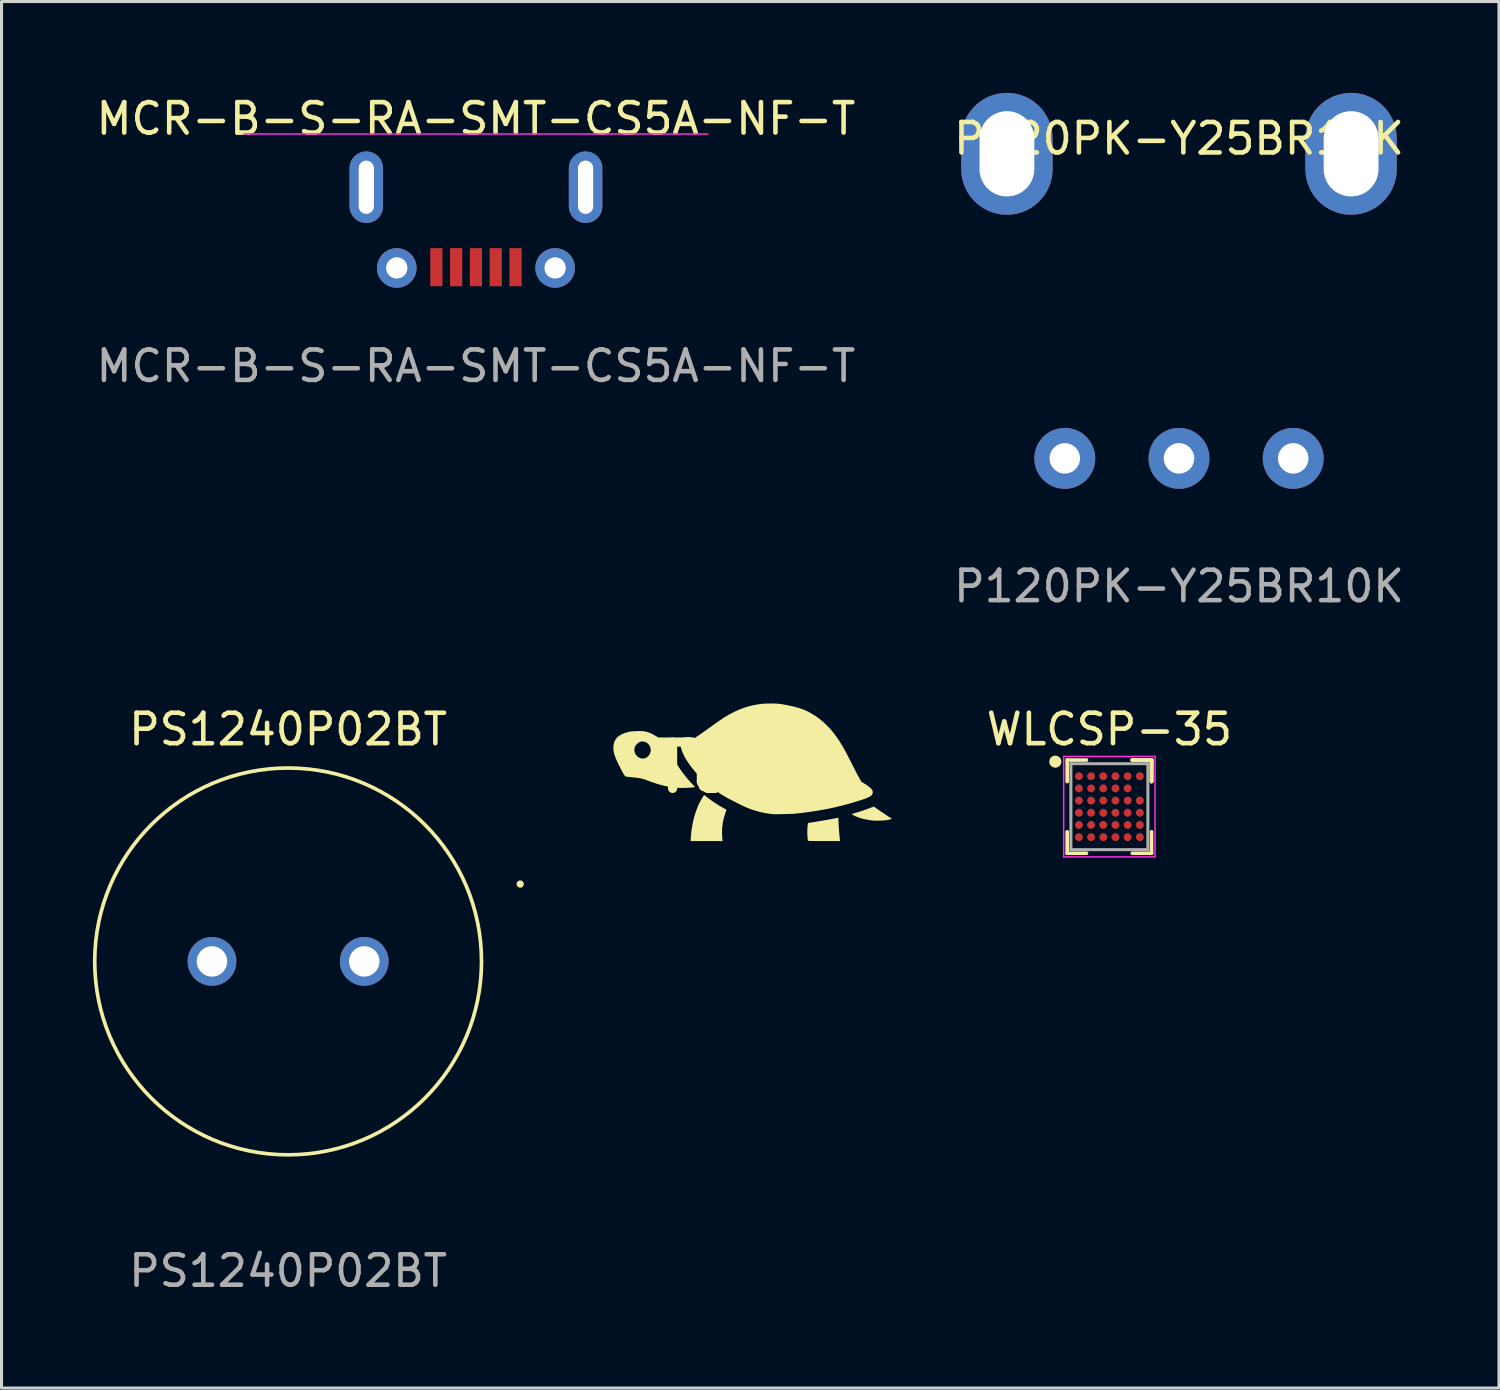
<source format=kicad_pcb>
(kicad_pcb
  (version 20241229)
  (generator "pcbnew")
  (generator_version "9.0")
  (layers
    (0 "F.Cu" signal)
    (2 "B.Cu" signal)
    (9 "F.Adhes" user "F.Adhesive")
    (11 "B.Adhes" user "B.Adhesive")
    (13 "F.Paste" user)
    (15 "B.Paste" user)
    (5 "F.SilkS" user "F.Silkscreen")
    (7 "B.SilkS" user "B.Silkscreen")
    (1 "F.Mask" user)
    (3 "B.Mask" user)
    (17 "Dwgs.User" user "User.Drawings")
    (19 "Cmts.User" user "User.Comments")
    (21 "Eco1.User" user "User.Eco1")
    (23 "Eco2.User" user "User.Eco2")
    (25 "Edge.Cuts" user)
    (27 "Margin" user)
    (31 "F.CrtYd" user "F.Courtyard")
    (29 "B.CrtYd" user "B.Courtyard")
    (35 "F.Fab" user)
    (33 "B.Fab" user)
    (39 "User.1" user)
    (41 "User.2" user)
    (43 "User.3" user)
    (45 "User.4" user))
  (footprint "WLCSP-35"
    (layer "F.Cu")
    (at 33.375 23.436)
    (property "Reference" "WLCSP-35" (at 0 -2.54 0) (layer "F.SilkS") (effects (font (size 1 1) (thickness 0.15))))
    (attr through_hole)
    (fp_poly (pts (xy 1.386 1.534) (xy -1.386 1.534) (xy -1.386 -1.532) (xy 1.386 -1.527)) (stroke (width 0.12) (type solid)) (fill yes) (layer "F.Mask"))
    (fp_line (start -1.385 -1.53) (end -1.385 -0.825) (stroke (width 0.12) (type solid)) (layer "F.SilkS"))
    (fp_line (start -1.385 1.53) (end -1.385 0.825) (stroke (width 0.12) (type solid)) (layer "F.SilkS"))
    (fp_line (start -0.752 -1.53) (end -1.385 -1.53) (stroke (width 0.12) (type solid)) (layer "F.SilkS"))
    (fp_line (start -0.752 1.53) (end -1.385 1.53) (stroke (width 0.12) (type solid)) (layer "F.SilkS"))
    (fp_line (start 0.752 -1.53) (end 1.385 -1.53) (stroke (width 0.12) (type solid)) (layer "F.SilkS"))
    (fp_line (start 0.752 -1.53) (end 1.385 -1.53) (stroke (width 0.12) (type solid)) (layer "F.SilkS"))
    (fp_line (start 0.752 -1.53) (end 1.385 -1.53) (stroke (width 0.12) (type solid)) (layer "F.SilkS"))
    (fp_line (start 0.752 1.53) (end 1.385 1.53) (stroke (width 0.12) (type solid)) (layer "F.SilkS"))
    (fp_line (start 1.385 -1.53) (end 1.385 -0.825) (stroke (width 0.12) (type solid)) (layer "F.SilkS"))
    (fp_line (start 1.385 -1.53) (end 1.385 -0.825) (stroke (width 0.12) (type solid)) (layer "F.SilkS"))
    (fp_line (start 1.385 -1.53) (end 1.385 -0.825) (stroke (width 0.12) (type solid)) (layer "F.SilkS"))
    (fp_line (start 1.385 1.53) (end 1.385 0.825) (stroke (width 0.12) (type solid)) (layer "F.SilkS"))
    (fp_circle (center -1.775 -1.478) (end -1.775 -1.378) (stroke (width 0.2) (type solid)) (fill no) (layer "F.SilkS"))
    (fp_line (start -1.5 -1.65) (end 1.5 -1.65) (stroke (width 0.05) (type solid)) (layer "F.CrtYd"))
    (fp_line (start -1.5 1.65) (end -1.5 -1.65) (stroke (width 0.05) (type solid)) (layer "F.CrtYd"))
    (fp_line (start 1.5 -1.65) (end 1.5 1.65) (stroke (width 0.05) (type solid)) (layer "F.CrtYd"))
    (fp_line (start 1.5 1.65) (end -1.5 1.65) (stroke (width 0.05) (type solid)) (layer "F.CrtYd"))
    (fp_line (start -1.264 -1.411) (end -1.264 1.411) (stroke (width 0.1) (type solid)) (layer "F.Fab"))
    (fp_line (start -1.264 1.411) (end 1.264 1.411) (stroke (width 0.1) (type solid)) (layer "F.Fab"))
    (fp_line (start 1.264 -1.411) (end -1.264 -1.411) (stroke (width 0.1) (type solid)) (layer "F.Fab"))
    (fp_line (start 1.264 1.411) (end 1.264 -1.411) (stroke (width 0.1) (type solid)) (layer "F.Fab"))
    (pad "A1" smd circle (at -1 -1) (size 0.26 0.26) (layers "F.Cu" "F.Mask" "F.Paste"))
    (pad "A2" smd circle (at -0.6 -1) (size 0.26 0.26) (layers "F.Cu" "F.Mask" "F.Paste"))
    (pad "A3" smd circle (at -0.2 -1) (size 0.26 0.26) (layers "F.Cu" "F.Mask" "F.Paste"))
    (pad "A4" smd circle (at 0.2 -1) (size 0.26 0.26) (layers "F.Cu" "F.Mask" "F.Paste"))
    (pad "A5" smd circle (at 0.6 -1) (size 0.26 0.26) (layers "F.Cu" "F.Mask" "F.Paste"))
    (pad "A6" smd circle (at 1 -1) (size 0.26 0.26) (layers "F.Cu" "F.Mask" "F.Paste"))
    (pad "B1" smd circle (at -1 -0.6) (size 0.26 0.26) (layers "F.Cu" "F.Mask" "F.Paste"))
    (pad "B2" smd circle (at -0.6 -0.6) (size 0.26 0.26) (layers "F.Cu" "F.Mask" "F.Paste"))
    (pad "B3" smd circle (at -0.2 -0.6) (size 0.26 0.26) (layers "F.Cu" "F.Mask" "F.Paste"))
    (pad "B4" smd circle (at 0.2 -0.6) (size 0.26 0.26) (layers "F.Cu" "F.Mask" "F.Paste"))
    (pad "B5" smd circle (at 0.6 -0.6) (size 0.26 0.26) (layers "F.Cu" "F.Mask" "F.Paste"))
    (pad "C1" smd circle (at -1 -0.2) (size 0.26 0.26) (layers "F.Cu" "F.Mask" "F.Paste"))
    (pad "C2" smd circle (at -0.6 -0.2) (size 0.26 0.26) (layers "F.Cu" "F.Mask" "F.Paste"))
    (pad "C3" smd circle (at -0.2 -0.2) (size 0.26 0.26) (layers "F.Cu" "F.Mask" "F.Paste"))
    (pad "C4" smd circle (at 0.2 -0.2) (size 0.26 0.26) (layers "F.Cu" "F.Mask" "F.Paste"))
    (pad "C5" smd circle (at 0.6 -0.2) (size 0.26 0.26) (layers "F.Cu" "F.Mask" "F.Paste"))
    (pad "C6" smd circle (at 1 -0.2) (size 0.26 0.26) (layers "F.Cu" "F.Mask" "F.Paste"))
    (pad "D1" smd circle (at -1 0.2) (size 0.26 0.26) (layers "F.Cu" "F.Mask" "F.Paste"))
    (pad "D2" smd circle (at -0.6 0.2) (size 0.26 0.26) (layers "F.Cu" "F.Mask" "F.Paste"))
    (pad "D3" smd circle (at -0.2 0.2) (size 0.26 0.26) (layers "F.Cu" "F.Mask" "F.Paste"))
    (pad "D4" smd circle (at 0.2 0.2) (size 0.26 0.26) (layers "F.Cu" "F.Mask" "F.Paste"))
    (pad "D5" smd circle (at 0.6 0.2) (size 0.26 0.26) (layers "F.Cu" "F.Mask" "F.Paste"))
    (pad "D6" smd circle (at 1 0.2) (size 0.26 0.26) (layers "F.Cu" "F.Mask" "F.Paste"))
    (pad "E1" smd circle (at -1 0.6) (size 0.26 0.26) (layers "F.Cu" "F.Mask" "F.Paste"))
    (pad "E2" smd circle (at -0.6 0.6) (size 0.26 0.26) (layers "F.Cu" "F.Mask" "F.Paste"))
    (pad "E3" smd circle (at -0.2 0.6) (size 0.26 0.26) (layers "F.Cu" "F.Mask" "F.Paste"))
    (pad "E4" smd circle (at 0.2 0.6) (size 0.26 0.26) (layers "F.Cu" "F.Mask" "F.Paste"))
    (pad "E5" smd circle (at 0.6 0.6) (size 0.26 0.26) (layers "F.Cu" "F.Mask" "F.Paste"))
    (pad "E6" smd circle (at 1 0.6) (size 0.26 0.26) (layers "F.Cu" "F.Mask" "F.Paste"))
    (pad "F1" smd circle (at -1 1) (size 0.26 0.26) (layers "F.Cu" "F.Mask" "F.Paste"))
    (pad "F2" smd circle (at -0.6 1) (size 0.26 0.26) (layers "F.Cu" "F.Mask" "F.Paste"))
    (pad "F3" smd circle (at -0.2 1) (size 0.26 0.26) (layers "F.Cu" "F.Mask" "F.Paste"))
    (pad "F4" smd circle (at 0.2 1) (size 0.26 0.26) (layers "F.Cu" "F.Mask" "F.Paste"))
    (pad "F5" smd circle (at 0.6 1) (size 0.26 0.26) (layers "F.Cu" "F.Mask" "F.Paste"))
    (pad "F6" smd circle (at 1 1) (size 0.26 0.26) (layers "F.Cu" "F.Mask" "F.Paste")))
  (footprint "PS1240P02BT"
    (layer "F.Cu")
    (at 6.41 28.517)
    (property "Reference" "PS1240P02BT" (at 0 -7.62 0) (unlocked yes) (layer "F.SilkS") (effects (font (size 1 1) (thickness 0.15))))
    (attr through_hole)
    (fp_circle (center 0 0) (end 6.35 0) (stroke (width 0.12) (type solid)) (fill no) (layer "F.SilkS"))
    (fp_circle (center 7.62 -2.54) (end 7.62 -2.54) (stroke (width 0.12) (type solid)) (fill no) (layer "F.SilkS"))
    (fp_text user "${REFERENCE}" (at 0 10.16 0) (unlocked yes) (layer "F.Fab") (effects (font (size 1 1) (thickness 0.15))))
    (pad "1" thru_hole circle (at -2.5 0) (size 1.6 1.6) (drill 1) (layers "*.Cu" "*.Mask"))
    (pad "2" thru_hole circle (at 2.5 0) (size 1.6 1.6) (drill 1) (layers "*.Cu" "*.Mask")))
  (footprint "P120PK-Y25BR10K"
    (layer "F.Cu")
    (at 35.661 2)
    (property "Reference" "P120PK-Y25BR10K" (at 0 -0.5 0) (unlocked yes) (layer "F.SilkS") (effects (font (size 1 1) (thickness 0.15))))
    (attr through_hole)
    (fp_text user "${REFERENCE}" (at 0 14.2 0) (unlocked yes) (layer "F.Fab") (effects (font (size 1 1) (thickness 0.15))))
    (pad "0" thru_hole oval (at -5.65 0) (size 3 4) (drill oval 1.8 2.8) (layers "*.Cu" "*.Mask"))
    (pad "0" thru_hole oval (at 5.65 0) (size 3 4) (drill oval 1.8 2.8) (layers "*.Cu" "*.Mask"))
    (pad "1" thru_hole circle (at -3.75 10) (size 2 2) (drill 1) (layers "*.Cu" "*.Mask"))
    (pad "2" thru_hole circle (at 0 10) (size 2 2) (drill 1) (layers "*.Cu" "*.Mask"))
    (pad "3" thru_hole circle (at 3.75 10) (size 2 2) (drill 1) (layers "*.Cu" "*.Mask")))
  (footprint "MCR-B-S-RA-SMT-CS5A-NF-T"
    (layer "F.Cu")
    (at 12.577 1.348)
    (property "Reference" "MCR-B-S-RA-SMT-CS5A-NF-T" (at 0 -0.5 0) (unlocked yes) (layer "F.SilkS") (effects (font (size 1 1) (thickness 0.15))))
    (attr smd)
    (fp_line (start -7.62 0) (end 7.62 0) (stroke (width 0.05) (type solid)) (layer "F.CrtYd"))
    (fp_text user "${REFERENCE}" (at 0 7.62 0) (unlocked yes) (layer "F.Fab") (effects (font (size 1 1) (thickness 0.15))))
    (pad "0" thru_hole oval (at -3.6 1.75) (size 1.1 2.35) (drill oval 0.5 1.75) (layers "*.Cu" "*.Mask"))
    (pad "0" thru_hole circle (at -2.6 4.4) (size 1.3 1.3) (drill 0.7) (layers "*.Cu" "*.Mask"))
    (pad "0" thru_hole circle (at 2.6 4.4) (size 1.3 1.3) (drill 0.7) (layers "*.Cu" "*.Mask"))
    (pad "0" thru_hole oval (at 3.6 1.75) (size 1.1 2.35) (drill oval 0.5 1.75) (layers "*.Cu" "*.Mask"))
    (pad "1" smd rect (at -1.3 4.375) (size 0.4 1.25) (layers "F.Cu" "F.Mask" "F.Paste"))
    (pad "2" smd rect (at -0.65 4.375) (size 0.4 1.25) (layers "F.Cu" "F.Mask" "F.Paste"))
    (pad "3" smd rect (at 0 4.375) (size 0.4 1.25) (layers "F.Cu" "F.Mask" "F.Paste"))
    (pad "4" smd rect (at 0.65 4.375) (size 0.4 1.25) (layers "F.Cu" "F.Mask" "F.Paste"))
    (pad "5" smd rect (at 1.3 4.375) (size 0.4 1.25) (layers "F.Cu" "F.Mask" "F.Paste")))
  (footprint "Turtle"
    (layer "F.Cu")
    (at 21.683 22.148)
    (property "Reference" "Turtle" (at 0 0 0) (layer "F.SilkS") (effects (font (size 1.524 1.524) (thickness 0.3))))
    (attr board_only exclude_from_pos_files exclude_from_bom)
    (fp_poly (pts (xy -1.602 0.913) (xy -1.583 0.927) (xy -1.556 0.948) (xy -1.542 0.96) (xy -1.45 1.03) (xy -1.348 1.103) (xy -1.242 1.175) (xy -1.136 1.242) (xy -1.035 1.302) (xy -0.977 1.334) (xy -0.94 1.354) (xy -0.909 1.37) (xy -0.889 1.381) (xy -0.882 1.385) (xy -0.884 1.394) (xy -0.89 1.417) (xy -0.901 1.452) (xy -0.916 1.495) (xy -0.925 1.524) (xy -0.959 1.635) (xy -0.985 1.738) (xy -1.004 1.841) (xy -1.018 1.95) (xy -1.019 1.963) (xy -1.024 2.028) (xy -1.025 2.104) (xy -1.025 2.184) (xy -1.022 2.261) (xy -1.018 2.331) (xy -1.013 2.373) (xy -1.007 2.417) (xy -2.058 2.417) (xy -2.051 2.313) (xy -2.032 2.093) (xy -1.999 1.879) (xy -1.953 1.673) (xy -1.895 1.477) (xy -1.826 1.293) (xy -1.764 1.157) (xy -1.745 1.121) (xy -1.722 1.08) (xy -1.698 1.038) (xy -1.673 0.997) (xy -1.65 0.96) (xy -1.631 0.931) (xy -1.617 0.913) (xy -1.611 0.908)) (stroke (width 0) (type solid)) (fill yes) (layer "F.SilkS"))
    (fp_poly (pts (xy 3.972 1.292) (xy 3.993 1.307) (xy 4.02 1.327) (xy 4.024 1.33) (xy 4.043 1.344) (xy 4.074 1.366) (xy 4.116 1.395) (xy 4.166 1.429) (xy 4.221 1.466) (xy 4.279 1.505) (xy 4.337 1.544) (xy 4.392 1.581) (xy 4.442 1.614) (xy 4.485 1.642) (xy 4.518 1.663) (xy 4.534 1.673) (xy 4.543 1.68) (xy 4.541 1.687) (xy 4.523 1.696) (xy 4.519 1.698) (xy 4.477 1.711) (xy 4.421 1.723) (xy 4.352 1.732) (xy 4.276 1.74) (xy 4.194 1.745) (xy 4.111 1.748) (xy 4.029 1.747) (xy 3.953 1.744) (xy 3.912 1.74) (xy 3.79 1.724) (xy 3.671 1.702) (xy 3.561 1.676) (xy 3.496 1.656) (xy 3.449 1.639) (xy 3.4 1.62) (xy 3.352 1.6) (xy 3.309 1.579) (xy 3.273 1.561) (xy 3.248 1.546) (xy 3.237 1.535) (xy 3.237 1.534) (xy 3.245 1.529) (xy 3.268 1.52) (xy 3.302 1.508) (xy 3.343 1.496) (xy 3.347 1.494) (xy 3.477 1.456) (xy 3.604 1.414) (xy 3.737 1.368) (xy 3.807 1.342) (xy 3.856 1.323) (xy 3.899 1.308) (xy 3.932 1.296) (xy 3.954 1.289) (xy 3.961 1.287)) (stroke (width 0) (type solid)) (fill yes) (layer "F.SilkS"))
    (fp_poly (pts (xy 2.792 1.655) (xy 2.795 1.666) (xy 2.796 1.689) (xy 2.796 1.728) (xy 2.796 1.73) (xy 2.798 1.786) (xy 2.801 1.857) (xy 2.806 1.94) (xy 2.812 2.032) (xy 2.82 2.129) (xy 2.829 2.228) (xy 2.832 2.262) (xy 2.848 2.417) (xy 2.323 2.417) (xy 2.211 2.417) (xy 2.116 2.417) (xy 2.036 2.416) (xy 1.971 2.416) (xy 1.919 2.415) (xy 1.878 2.415) (xy 1.847 2.413) (xy 1.825 2.412) (xy 1.81 2.41) (xy 1.801 2.408) (xy 1.795 2.405) (xy 1.793 2.401) (xy 1.793 2.401) (xy 1.79 2.386) (xy 1.787 2.356) (xy 1.783 2.316) (xy 1.779 2.27) (xy 1.778 2.258) (xy 1.775 2.206) (xy 1.774 2.146) (xy 1.774 2.082) (xy 1.777 2.019) (xy 1.78 1.959) (xy 1.785 1.906) (xy 1.79 1.865) (xy 1.796 1.838) (xy 1.797 1.838) (xy 1.804 1.826) (xy 1.818 1.819) (xy 1.843 1.814) (xy 1.866 1.811) (xy 1.902 1.807) (xy 1.953 1.799) (xy 2.018 1.789) (xy 2.093 1.777) (xy 2.175 1.763) (xy 2.262 1.749) (xy 2.351 1.733) (xy 2.44 1.717) (xy 2.525 1.702) (xy 2.605 1.687) (xy 2.676 1.673) (xy 2.736 1.661) (xy 2.776 1.653) (xy 2.786 1.651)) (stroke (width 0) (type solid)) (fill yes) (layer "F.SilkS"))
    (fp_poly (pts (xy -3.677 -1.193) (xy -3.614 -1.189) (xy -3.565 -1.184) (xy -3.551 -1.181) (xy -3.498 -1.168) (xy -3.446 -1.152) (xy -3.394 -1.133) (xy -3.341 -1.109) (xy -3.283 -1.079) (xy -3.22 -1.044) (xy -3.149 -1) (xy -3.069 -0.949) (xy -2.979 -0.888) (xy -2.876 -0.817) (xy -2.853 -0.801) (xy -2.734 -0.718) (xy -2.723 -0.639) (xy -2.702 -0.54) (xy -2.667 -0.432) (xy -2.618 -0.316) (xy -2.556 -0.195) (xy -2.483 -0.068) (xy -2.398 0.061) (xy -2.303 0.193) (xy -2.199 0.324) (xy -2.087 0.455) (xy -1.992 0.558) (xy -1.962 0.589) (xy -1.938 0.616) (xy -1.923 0.634) (xy -1.918 0.643) (xy -1.918 0.643) (xy -1.933 0.648) (xy -1.963 0.653) (xy -2.007 0.658) (xy -2.062 0.662) (xy -2.124 0.666) (xy -2.192 0.669) (xy -2.262 0.671) (xy -2.332 0.672) (xy -2.399 0.672) (xy -2.46 0.671) (xy -2.514 0.669) (xy -2.556 0.666) (xy -2.753 0.638) (xy -2.952 0.596) (xy -3.156 0.54) (xy -3.367 0.469) (xy -3.472 0.429) (xy -3.527 0.408) (xy -3.575 0.391) (xy -3.621 0.377) (xy -3.666 0.365) (xy -3.714 0.356) (xy -3.769 0.347) (xy -3.834 0.339) (xy -3.911 0.33) (xy -3.974 0.324) (xy -4.034 0.318) (xy -4.088 0.312) (xy -4.133 0.306) (xy -4.168 0.301) (xy -4.188 0.297) (xy -4.19 0.296) (xy -4.203 0.289) (xy -4.217 0.275) (xy -4.234 0.253) (xy -4.255 0.221) (xy -4.279 0.178) (xy -4.309 0.124) (xy -4.345 0.055) (xy -4.387 -0.028) (xy -4.399 -0.051) (xy -4.449 -0.152) (xy -4.49 -0.24) (xy -4.523 -0.317) (xy -4.548 -0.385) (xy -4.567 -0.447) (xy -4.58 -0.505) (xy -4.588 -0.562) (xy -4.589 -0.566) (xy -3.906 -0.566) (xy -3.897 -0.505) (xy -3.875 -0.448) (xy -3.841 -0.397) (xy -3.799 -0.354) (xy -3.748 -0.321) (xy -3.692 -0.299) (xy -3.632 -0.291) (xy -3.569 -0.299) (xy -3.531 -0.311) (xy -3.506 -0.326) (xy -3.476 -0.347) (xy -3.462 -0.358) (xy -3.415 -0.413) (xy -3.383 -0.474) (xy -3.367 -0.539) (xy -3.368 -0.606) (xy -3.384 -0.671) (xy -3.416 -0.733) (xy -3.454 -0.777) (xy -3.498 -0.813) (xy -3.544 -0.836) (xy -3.598 -0.848) (xy -3.627 -0.85) (xy -3.668 -0.851) (xy -3.697 -0.848) (xy -3.724 -0.839) (xy -3.736 -0.834) (xy -3.785 -0.802) (xy -3.832 -0.759) (xy -3.868 -0.712) (xy -3.879 -0.692) (xy -3.9 -0.629) (xy -3.906 -0.566) (xy -4.589 -0.566) (xy -4.592 -0.619) (xy -4.593 -0.653) (xy -4.585 -0.75) (xy -4.563 -0.836) (xy -4.525 -0.914) (xy -4.471 -0.982) (xy -4.402 -1.041) (xy -4.316 -1.091) (xy -4.215 -1.133) (xy -4.097 -1.166) (xy -4.088 -1.168) (xy -4.036 -1.177) (xy -3.972 -1.184) (xy -3.9 -1.19) (xy -3.824 -1.193) (xy -3.748 -1.194)) (stroke (width 0) (type solid)) (fill yes) (layer "F.SilkS"))
    (fp_poly (pts (xy 0.696 -2.099) (xy 0.772 -2.096) (xy 0.835 -2.091) (xy 0.852 -2.089) (xy 0.988 -2.068) (xy 1.125 -2.043) (xy 1.261 -2.014) (xy 1.39 -1.982) (xy 1.509 -1.948) (xy 1.614 -1.913) (xy 1.641 -1.903) (xy 1.799 -1.833) (xy 1.956 -1.745) (xy 2.11 -1.643) (xy 2.259 -1.526) (xy 2.402 -1.396) (xy 2.535 -1.255) (xy 2.6 -1.178) (xy 2.658 -1.105) (xy 2.712 -1.033) (xy 2.765 -0.959) (xy 2.817 -0.882) (xy 2.869 -0.8) (xy 2.922 -0.712) (xy 2.978 -0.615) (xy 3.036 -0.508) (xy 3.099 -0.389) (xy 3.167 -0.257) (xy 3.241 -0.11) (xy 3.254 -0.083) (xy 3.291 -0.011) (xy 3.33 0.065) (xy 3.369 0.14) (xy 3.405 0.21) (xy 3.438 0.271) (xy 3.465 0.319) (xy 3.548 0.468) (xy 3.644 0.527) (xy 3.728 0.581) (xy 3.796 0.63) (xy 3.849 0.674) (xy 3.887 0.715) (xy 3.911 0.754) (xy 3.923 0.792) (xy 3.922 0.831) (xy 3.913 0.866) (xy 3.9 0.892) (xy 3.881 0.916) (xy 3.855 0.939) (xy 3.819 0.962) (xy 3.773 0.985) (xy 3.715 1.01) (xy 3.644 1.036) (xy 3.557 1.066) (xy 3.459 1.097) (xy 3.199 1.176) (xy 2.943 1.245) (xy 2.688 1.307) (xy 2.43 1.363) (xy 2.166 1.411) (xy 1.892 1.454) (xy 1.606 1.492) (xy 1.412 1.514) (xy 1.372 1.518) (xy 1.319 1.521) (xy 1.253 1.524) (xy 1.18 1.527) (xy 1.1 1.529) (xy 1.018 1.531) (xy 0.936 1.533) (xy 0.858 1.534) (xy 0.784 1.535) (xy 0.72 1.535) (xy 0.667 1.534) (xy 0.628 1.532) (xy 0.616 1.531) (xy 0.4 1.501) (xy 0.188 1.455) (xy -0.023 1.392) (xy -0.194 1.328) (xy -0.229 1.313) (xy -0.278 1.291) (xy -0.338 1.263) (xy -0.406 1.229) (xy -0.479 1.193) (xy -0.556 1.155) (xy -0.633 1.116) (xy -0.708 1.077) (xy -0.778 1.041) (xy -0.841 1.008) (xy -0.893 0.979) (xy -0.921 0.963) (xy -1.031 0.897) (xy -1.138 0.827) (xy -1.238 0.757) (xy -1.301 0.709) (xy -1.345 0.675) (xy -1.394 0.638) (xy -1.44 0.604) (xy -1.461 0.589) (xy -1.498 0.559) (xy -1.545 0.518) (xy -1.6 0.467) (xy -1.66 0.408) (xy -1.724 0.343) (xy -1.789 0.275) (xy -1.853 0.205) (xy -1.874 0.181) (xy -1.989 0.045) (xy -2.091 -0.089) (xy -2.18 -0.22) (xy -2.254 -0.347) (xy -2.313 -0.47) (xy -2.357 -0.586) (xy -2.385 -0.693) (xy -2.396 -0.774) (xy -2.396 -0.842) (xy -2.384 -0.895) (xy -2.361 -0.935) (xy -2.339 -0.953) (xy -2.281 -0.979) (xy -2.21 -0.994) (xy -2.128 -0.999) (xy -2.036 -0.992) (xy -1.997 -0.986) (xy -1.914 -0.971) (xy -1.862 -1.006) (xy -1.833 -1.025) (xy -1.792 -1.054) (xy -1.739 -1.09) (xy -1.679 -1.133) (xy -1.612 -1.18) (xy -1.541 -1.23) (xy -1.468 -1.282) (xy -1.396 -1.333) (xy -1.327 -1.383) (xy -1.262 -1.429) (xy -1.205 -1.471) (xy -1.185 -1.485) (xy -0.99 -1.62) (xy -0.796 -1.737) (xy -0.604 -1.837) (xy -0.41 -1.92) (xy -0.215 -1.988) (xy -0.017 -2.04) (xy 0.186 -2.077) (xy 0.203 -2.08) (xy 0.268 -2.087) (xy 0.346 -2.093) (xy 0.432 -2.097) (xy 0.521 -2.099) (xy 0.611 -2.1)) (stroke (width 0) (type solid)) (fill yes) (layer "F.SilkS")))
  (gr_rect
    (start -3 -3)
    (end 46.167 42.525)
    (stroke (width 0.1) (type default))
    (fill no)
    (layer "Edge.Cuts")))
</source>
